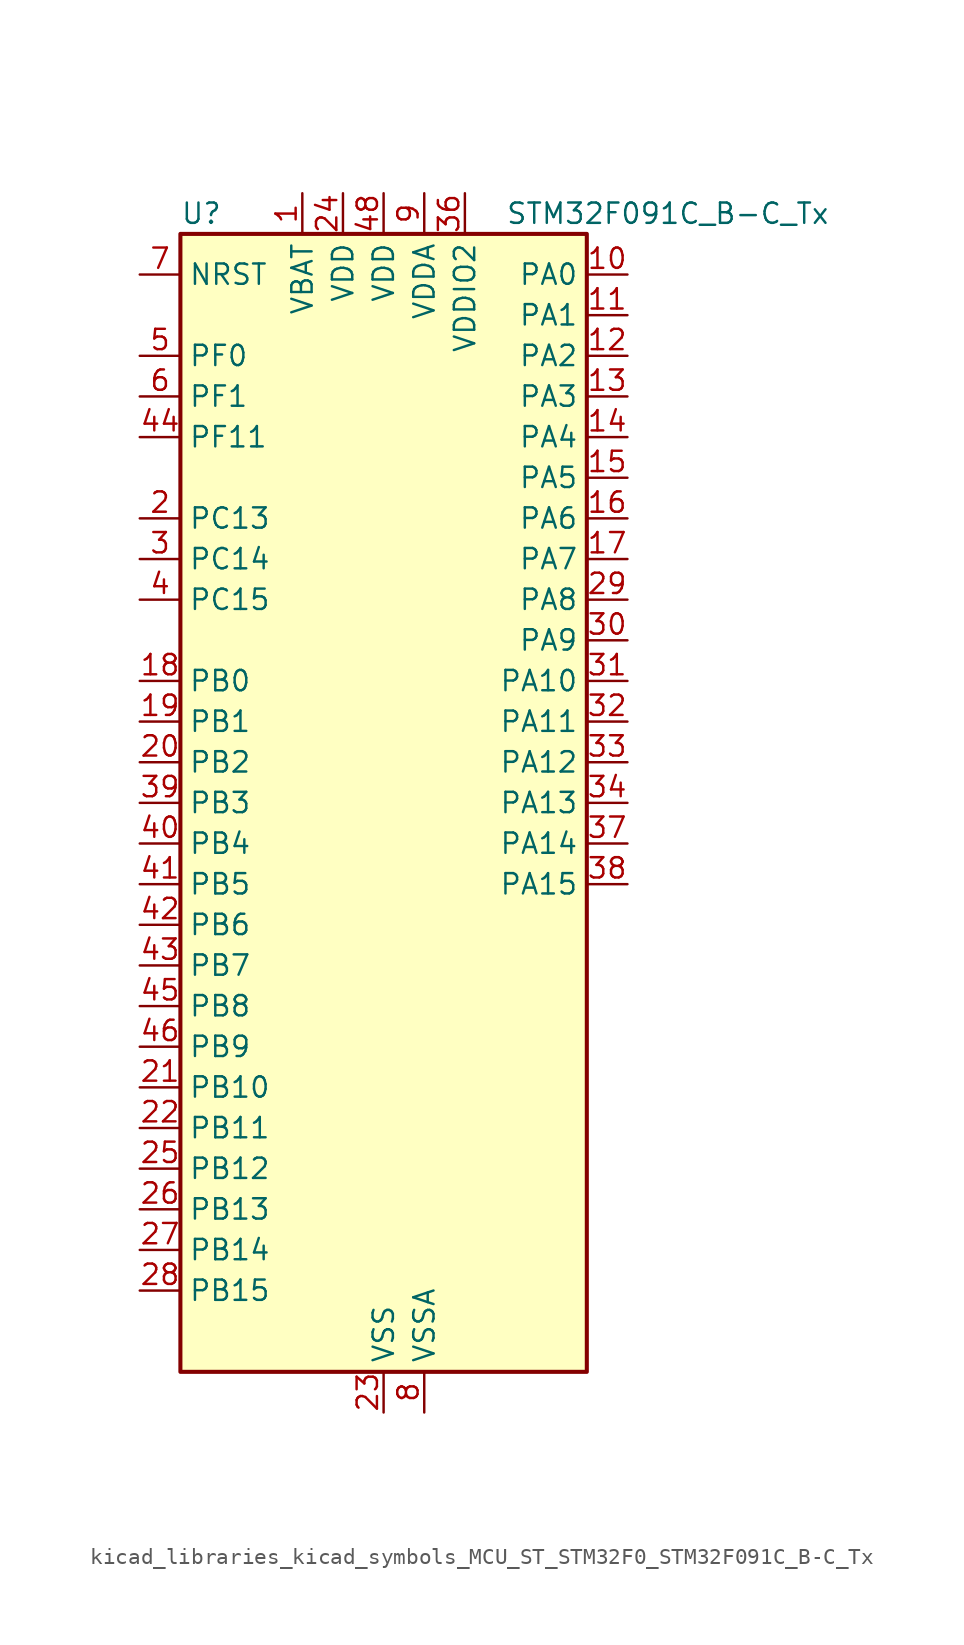
<source format=kicad_sym>
(kicad_symbol_lib
  (version 20220914)
  (generator kicad_symbol_editor)
  (symbol "kicad_libraries_kicad_symbols_MCU_ST_STM32F0_STM32F091C_B-C_Tx"
    (property "Reference" "U"
      (at -12.7 36.83 0)
      (effects (font (size 1.27 1.27)) (justify left)))
    (property "Value" "STM32F091C_B-C_Tx"
      (at 7.62 36.83 0)
      (effects (font (size 1.27 1.27)) (justify left)))
    (property "ki_locked" ""
      (at 0 0 0)
      (effects (font (size 1.27 1.27))))
    (symbol "kicad_libraries_kicad_symbols_MCU_ST_STM32F0_STM32F091C_B-C_Tx_0_1"
      (rectangle (start -12.7 -35.56) (end 12.7 35.56) (stroke (width 0.254) (type default)) (fill (type background))))
    (symbol "kicad_libraries_kicad_symbols_MCU_ST_STM32F0_STM32F091C_B-C_Tx_1_1"
      (pin power_in line (at -5.08 38.1 270) (length 2.54) (name "VBAT" (effects (font (size 1.27 1.27)))) (number "1" (effects (font (size 1.27 1.27)))))
      (pin bidirectional line (at 15.24 33.02 180) (length 2.54) (name "PA0" (effects (font (size 1.27 1.27)))) (number "10" (effects (font (size 1.27 1.27)))) (alternate "ADC_IN0" bidirectional line) (alternate "COMP1_INM" bidirectional line) (alternate "COMP1_OUT" bidirectional line) (alternate "RTC_TAMP2" bidirectional line) (alternate "SYS_WKUP1" bidirectional line) (alternate "TIM2_CH1" bidirectional line) (alternate "TIM2_ETR" bidirectional line) (alternate "TSC_G1_IO1" bidirectional line) (alternate "USART2_CTS" bidirectional line) (alternate "USART4_TX" bidirectional line))
      (pin bidirectional line (at 15.24 30.48 180) (length 2.54) (name "PA1" (effects (font (size 1.27 1.27)))) (number "11" (effects (font (size 1.27 1.27)))) (alternate "ADC_IN1" bidirectional line) (alternate "COMP1_INP" bidirectional line) (alternate "TIM15_CH1N" bidirectional line) (alternate "TIM2_CH2" bidirectional line) (alternate "TSC_G1_IO2" bidirectional line) (alternate "USART2_DE" bidirectional line) (alternate "USART2_RTS" bidirectional line) (alternate "USART4_RX" bidirectional line))
      (pin bidirectional line (at 15.24 27.94 180) (length 2.54) (name "PA2" (effects (font (size 1.27 1.27)))) (number "12" (effects (font (size 1.27 1.27)))) (alternate "ADC_IN2" bidirectional line) (alternate "COMP2_INM" bidirectional line) (alternate "COMP2_OUT" bidirectional line) (alternate "SYS_WKUP4" bidirectional line) (alternate "TIM15_CH1" bidirectional line) (alternate "TIM2_CH3" bidirectional line) (alternate "TSC_G1_IO3" bidirectional line) (alternate "USART2_TX" bidirectional line))
      (pin bidirectional line (at 15.24 25.4 180) (length 2.54) (name "PA3" (effects (font (size 1.27 1.27)))) (number "13" (effects (font (size 1.27 1.27)))) (alternate "ADC_IN3" bidirectional line) (alternate "COMP2_INP" bidirectional line) (alternate "TIM15_CH2" bidirectional line) (alternate "TIM2_CH4" bidirectional line) (alternate "TSC_G1_IO4" bidirectional line) (alternate "USART2_RX" bidirectional line))
      (pin bidirectional line (at 15.24 22.86 180) (length 2.54) (name "PA4" (effects (font (size 1.27 1.27)))) (number "14" (effects (font (size 1.27 1.27)))) (alternate "ADC_IN4" bidirectional line) (alternate "COMP1_INM" bidirectional line) (alternate "COMP2_INM" bidirectional line) (alternate "DAC_OUT1" bidirectional line) (alternate "I2S1_WS" bidirectional line) (alternate "SPI1_NSS" bidirectional line) (alternate "TIM14_CH1" bidirectional line) (alternate "TSC_G2_IO1" bidirectional line) (alternate "USART2_CK" bidirectional line) (alternate "USART6_TX" bidirectional line))
      (pin bidirectional line (at 15.24 20.32 180) (length 2.54) (name "PA5" (effects (font (size 1.27 1.27)))) (number "15" (effects (font (size 1.27 1.27)))) (alternate "ADC_IN5" bidirectional line) (alternate "CEC" bidirectional line) (alternate "COMP1_INM" bidirectional line) (alternate "COMP2_INM" bidirectional line) (alternate "DAC_OUT2" bidirectional line) (alternate "I2S1_CK" bidirectional line) (alternate "SPI1_SCK" bidirectional line) (alternate "TIM2_CH1" bidirectional line) (alternate "TIM2_ETR" bidirectional line) (alternate "TSC_G2_IO2" bidirectional line) (alternate "USART6_RX" bidirectional line))
      (pin bidirectional line (at 15.24 17.78 180) (length 2.54) (name "PA6" (effects (font (size 1.27 1.27)))) (number "16" (effects (font (size 1.27 1.27)))) (alternate "ADC_IN6" bidirectional line) (alternate "COMP1_OUT" bidirectional line) (alternate "I2S1_MCK" bidirectional line) (alternate "SPI1_MISO" bidirectional line) (alternate "TIM16_CH1" bidirectional line) (alternate "TIM1_BKIN" bidirectional line) (alternate "TIM3_CH1" bidirectional line) (alternate "TSC_G2_IO3" bidirectional line) (alternate "USART3_CTS" bidirectional line))
      (pin bidirectional line (at 15.24 15.24 180) (length 2.54) (name "PA7" (effects (font (size 1.27 1.27)))) (number "17" (effects (font (size 1.27 1.27)))) (alternate "ADC_IN7" bidirectional line) (alternate "COMP2_OUT" bidirectional line) (alternate "I2S1_SD" bidirectional line) (alternate "SPI1_MOSI" bidirectional line) (alternate "TIM14_CH1" bidirectional line) (alternate "TIM17_CH1" bidirectional line) (alternate "TIM1_CH1N" bidirectional line) (alternate "TIM3_CH2" bidirectional line) (alternate "TSC_G2_IO4" bidirectional line))
      (pin bidirectional line (at -15.24 7.62 0) (length 2.54) (name "PB0" (effects (font (size 1.27 1.27)))) (number "18" (effects (font (size 1.27 1.27)))) (alternate "ADC_IN8" bidirectional line) (alternate "TIM1_CH2N" bidirectional line) (alternate "TIM3_CH3" bidirectional line) (alternate "TSC_G3_IO2" bidirectional line) (alternate "USART3_CK" bidirectional line))
      (pin bidirectional line (at -15.24 5.08 0) (length 2.54) (name "PB1" (effects (font (size 1.27 1.27)))) (number "19" (effects (font (size 1.27 1.27)))) (alternate "ADC_IN9" bidirectional line) (alternate "TIM14_CH1" bidirectional line) (alternate "TIM1_CH3N" bidirectional line) (alternate "TIM3_CH4" bidirectional line) (alternate "TSC_G3_IO3" bidirectional line) (alternate "USART3_DE" bidirectional line) (alternate "USART3_RTS" bidirectional line))
      (pin bidirectional line (at -15.24 17.78 0) (length 2.54) (name "PC13" (effects (font (size 1.27 1.27)))) (number "2" (effects (font (size 1.27 1.27)))) (alternate "RTC_OUT_ALARM" bidirectional line) (alternate "RTC_OUT_CALIB" bidirectional line) (alternate "RTC_TAMP1" bidirectional line) (alternate "RTC_TS" bidirectional line) (alternate "SYS_WKUP2" bidirectional line))
      (pin bidirectional line (at -15.24 2.54 0) (length 2.54) (name "PB2" (effects (font (size 1.27 1.27)))) (number "20" (effects (font (size 1.27 1.27)))) (alternate "TSC_G3_IO4" bidirectional line))
      (pin bidirectional line (at -15.24 -17.78 0) (length 2.54) (name "PB10" (effects (font (size 1.27 1.27)))) (number "21" (effects (font (size 1.27 1.27)))) (alternate "CEC" bidirectional line) (alternate "I2C2_SCL" bidirectional line) (alternate "I2S2_CK" bidirectional line) (alternate "SPI2_SCK" bidirectional line) (alternate "TIM2_CH3" bidirectional line) (alternate "TSC_SYNC" bidirectional line) (alternate "USART3_TX" bidirectional line))
      (pin bidirectional line (at -15.24 -20.32 0) (length 2.54) (name "PB11" (effects (font (size 1.27 1.27)))) (number "22" (effects (font (size 1.27 1.27)))) (alternate "I2C2_SDA" bidirectional line) (alternate "TIM2_CH4" bidirectional line) (alternate "TSC_G6_IO1" bidirectional line) (alternate "USART3_RX" bidirectional line))
      (pin power_in line (at 0 -38.1 90) (length 2.54) (name "VSS" (effects (font (size 1.27 1.27)))) (number "23" (effects (font (size 1.27 1.27)))))
      (pin power_in line (at -2.54 38.1 270) (length 2.54) (name "VDD" (effects (font (size 1.27 1.27)))) (number "24" (effects (font (size 1.27 1.27)))))
      (pin bidirectional line (at -15.24 -22.86 0) (length 2.54) (name "PB12" (effects (font (size 1.27 1.27)))) (number "25" (effects (font (size 1.27 1.27)))) (alternate "I2S2_WS" bidirectional line) (alternate "SPI2_NSS" bidirectional line) (alternate "TIM15_BKIN" bidirectional line) (alternate "TIM1_BKIN" bidirectional line) (alternate "TSC_G6_IO2" bidirectional line) (alternate "USART3_CK" bidirectional line))
      (pin bidirectional line (at -15.24 -25.4 0) (length 2.54) (name "PB13" (effects (font (size 1.27 1.27)))) (number "26" (effects (font (size 1.27 1.27)))) (alternate "I2C2_SCL" bidirectional line) (alternate "I2S2_CK" bidirectional line) (alternate "SPI2_SCK" bidirectional line) (alternate "TIM1_CH1N" bidirectional line) (alternate "TSC_G6_IO3" bidirectional line) (alternate "USART3_CTS" bidirectional line))
      (pin bidirectional line (at -15.24 -27.94 0) (length 2.54) (name "PB14" (effects (font (size 1.27 1.27)))) (number "27" (effects (font (size 1.27 1.27)))) (alternate "I2C2_SDA" bidirectional line) (alternate "I2S2_MCK" bidirectional line) (alternate "SPI2_MISO" bidirectional line) (alternate "TIM15_CH1" bidirectional line) (alternate "TIM1_CH2N" bidirectional line) (alternate "TSC_G6_IO4" bidirectional line) (alternate "USART3_DE" bidirectional line) (alternate "USART3_RTS" bidirectional line))
      (pin bidirectional line (at -15.24 -30.48 0) (length 2.54) (name "PB15" (effects (font (size 1.27 1.27)))) (number "28" (effects (font (size 1.27 1.27)))) (alternate "I2S2_SD" bidirectional line) (alternate "RTC_REFIN" bidirectional line) (alternate "SPI2_MOSI" bidirectional line) (alternate "SYS_WKUP7" bidirectional line) (alternate "TIM15_CH1N" bidirectional line) (alternate "TIM15_CH2" bidirectional line) (alternate "TIM1_CH3N" bidirectional line))
      (pin bidirectional line (at 15.24 12.7 180) (length 2.54) (name "PA8" (effects (font (size 1.27 1.27)))) (number "29" (effects (font (size 1.27 1.27)))) (alternate "CRS_SYNC" bidirectional line) (alternate "RCC_MCO" bidirectional line) (alternate "TIM1_CH1" bidirectional line) (alternate "USART1_CK" bidirectional line))
      (pin bidirectional line (at -15.24 15.24 0) (length 2.54) (name "PC14" (effects (font (size 1.27 1.27)))) (number "3" (effects (font (size 1.27 1.27)))) (alternate "RCC_OSC32_IN" bidirectional line))
      (pin bidirectional line (at 15.24 10.16 180) (length 2.54) (name "PA9" (effects (font (size 1.27 1.27)))) (number "30" (effects (font (size 1.27 1.27)))) (alternate "DAC_EXTI9" bidirectional line) (alternate "I2C1_SCL" bidirectional line) (alternate "RCC_MCO" bidirectional line) (alternate "TIM15_BKIN" bidirectional line) (alternate "TIM1_CH2" bidirectional line) (alternate "TSC_G4_IO1" bidirectional line) (alternate "USART1_TX" bidirectional line))
      (pin bidirectional line (at 15.24 7.62 180) (length 2.54) (name "PA10" (effects (font (size 1.27 1.27)))) (number "31" (effects (font (size 1.27 1.27)))) (alternate "I2C1_SDA" bidirectional line) (alternate "TIM17_BKIN" bidirectional line) (alternate "TIM1_CH3" bidirectional line) (alternate "TSC_G4_IO2" bidirectional line) (alternate "USART1_RX" bidirectional line))
      (pin bidirectional line (at 15.24 5.08 180) (length 2.54) (name "PA11" (effects (font (size 1.27 1.27)))) (number "32" (effects (font (size 1.27 1.27)))) (alternate "CAN_RX" bidirectional line) (alternate "COMP1_OUT" bidirectional line) (alternate "I2C2_SCL" bidirectional line) (alternate "TIM1_CH4" bidirectional line) (alternate "TSC_G4_IO3" bidirectional line) (alternate "USART1_CTS" bidirectional line))
      (pin bidirectional line (at 15.24 2.54 180) (length 2.54) (name "PA12" (effects (font (size 1.27 1.27)))) (number "33" (effects (font (size 1.27 1.27)))) (alternate "CAN_TX" bidirectional line) (alternate "COMP2_OUT" bidirectional line) (alternate "I2C2_SDA" bidirectional line) (alternate "TIM1_ETR" bidirectional line) (alternate "TSC_G4_IO4" bidirectional line) (alternate "USART1_DE" bidirectional line) (alternate "USART1_RTS" bidirectional line))
      (pin bidirectional line (at 15.24 0 180) (length 2.54) (name "PA13" (effects (font (size 1.27 1.27)))) (number "34" (effects (font (size 1.27 1.27)))) (alternate "IR_OUT" bidirectional line) (alternate "SYS_SWDIO" bidirectional line))
      (pin passive line (at 0 -38.1 90) (length 2.54) hide (name "VSS" (effects (font (size 1.27 1.27)))) (number "35" (effects (font (size 1.27 1.27)))))
      (pin power_in line (at 5.08 38.1 270) (length 2.54) (name "VDDIO2" (effects (font (size 1.27 1.27)))) (number "36" (effects (font (size 1.27 1.27)))))
      (pin bidirectional line (at 15.24 -2.54 180) (length 2.54) (name "PA14" (effects (font (size 1.27 1.27)))) (number "37" (effects (font (size 1.27 1.27)))) (alternate "SYS_SWCLK" bidirectional line) (alternate "USART2_TX" bidirectional line))
      (pin bidirectional line (at 15.24 -5.08 180) (length 2.54) (name "PA15" (effects (font (size 1.27 1.27)))) (number "38" (effects (font (size 1.27 1.27)))) (alternate "I2S1_WS" bidirectional line) (alternate "SPI1_NSS" bidirectional line) (alternate "TIM2_CH1" bidirectional line) (alternate "TIM2_ETR" bidirectional line) (alternate "USART2_RX" bidirectional line) (alternate "USART4_DE" bidirectional line) (alternate "USART4_RTS" bidirectional line))
      (pin bidirectional line (at -15.24 0 0) (length 2.54) (name "PB3" (effects (font (size 1.27 1.27)))) (number "39" (effects (font (size 1.27 1.27)))) (alternate "I2S1_CK" bidirectional line) (alternate "SPI1_SCK" bidirectional line) (alternate "TIM2_CH2" bidirectional line) (alternate "TSC_G5_IO1" bidirectional line) (alternate "USART5_TX" bidirectional line))
      (pin bidirectional line (at -15.24 12.7 0) (length 2.54) (name "PC15" (effects (font (size 1.27 1.27)))) (number "4" (effects (font (size 1.27 1.27)))) (alternate "RCC_OSC32_OUT" bidirectional line))
      (pin bidirectional line (at -15.24 -2.54 0) (length 2.54) (name "PB4" (effects (font (size 1.27 1.27)))) (number "40" (effects (font (size 1.27 1.27)))) (alternate "I2S1_MCK" bidirectional line) (alternate "SPI1_MISO" bidirectional line) (alternate "TIM17_BKIN" bidirectional line) (alternate "TIM3_CH1" bidirectional line) (alternate "TSC_G5_IO2" bidirectional line) (alternate "USART5_RX" bidirectional line))
      (pin bidirectional line (at -15.24 -5.08 0) (length 2.54) (name "PB5" (effects (font (size 1.27 1.27)))) (number "41" (effects (font (size 1.27 1.27)))) (alternate "I2C1_SMBA" bidirectional line) (alternate "I2S1_SD" bidirectional line) (alternate "SPI1_MOSI" bidirectional line) (alternate "SYS_WKUP6" bidirectional line) (alternate "TIM16_BKIN" bidirectional line) (alternate "TIM3_CH2" bidirectional line) (alternate "USART5_CK" bidirectional line) (alternate "USART5_DE" bidirectional line) (alternate "USART5_RTS" bidirectional line))
      (pin bidirectional line (at -15.24 -7.62 0) (length 2.54) (name "PB6" (effects (font (size 1.27 1.27)))) (number "42" (effects (font (size 1.27 1.27)))) (alternate "I2C1_SCL" bidirectional line) (alternate "TIM16_CH1N" bidirectional line) (alternate "TSC_G5_IO3" bidirectional line) (alternate "USART1_TX" bidirectional line))
      (pin bidirectional line (at -15.24 -10.16 0) (length 2.54) (name "PB7" (effects (font (size 1.27 1.27)))) (number "43" (effects (font (size 1.27 1.27)))) (alternate "I2C1_SDA" bidirectional line) (alternate "TIM17_CH1N" bidirectional line) (alternate "TSC_G5_IO4" bidirectional line) (alternate "USART1_RX" bidirectional line) (alternate "USART4_CTS" bidirectional line))
      (pin bidirectional line (at -15.24 22.86 0) (length 2.54) (name "PF11" (effects (font (size 1.27 1.27)))) (number "44" (effects (font (size 1.27 1.27)))))
      (pin bidirectional line (at -15.24 -12.7 0) (length 2.54) (name "PB8" (effects (font (size 1.27 1.27)))) (number "45" (effects (font (size 1.27 1.27)))) (alternate "CAN_RX" bidirectional line) (alternate "CEC" bidirectional line) (alternate "I2C1_SCL" bidirectional line) (alternate "TIM16_CH1" bidirectional line) (alternate "TSC_SYNC" bidirectional line))
      (pin bidirectional line (at -15.24 -15.24 0) (length 2.54) (name "PB9" (effects (font (size 1.27 1.27)))) (number "46" (effects (font (size 1.27 1.27)))) (alternate "CAN_TX" bidirectional line) (alternate "DAC_EXTI9" bidirectional line) (alternate "I2C1_SDA" bidirectional line) (alternate "I2S2_WS" bidirectional line) (alternate "IR_OUT" bidirectional line) (alternate "SPI2_NSS" bidirectional line) (alternate "TIM17_CH1" bidirectional line))
      (pin passive line (at 0 -38.1 90) (length 2.54) hide (name "VSS" (effects (font (size 1.27 1.27)))) (number "47" (effects (font (size 1.27 1.27)))))
      (pin power_in line (at 0 38.1 270) (length 2.54) (name "VDD" (effects (font (size 1.27 1.27)))) (number "48" (effects (font (size 1.27 1.27)))))
      (pin bidirectional line (at -15.24 27.94 0) (length 2.54) (name "PF0" (effects (font (size 1.27 1.27)))) (number "5" (effects (font (size 1.27 1.27)))) (alternate "CRS_SYNC" bidirectional line) (alternate "I2C1_SDA" bidirectional line) (alternate "RCC_OSC_IN" bidirectional line))
      (pin bidirectional line (at -15.24 25.4 0) (length 2.54) (name "PF1" (effects (font (size 1.27 1.27)))) (number "6" (effects (font (size 1.27 1.27)))) (alternate "I2C1_SCL" bidirectional line) (alternate "RCC_OSC_OUT" bidirectional line))
      (pin input line (at -15.24 33.02 0) (length 2.54) (name "NRST" (effects (font (size 1.27 1.27)))) (number "7" (effects (font (size 1.27 1.27)))))
      (pin power_in line (at 2.54 -38.1 90) (length 2.54) (name "VSSA" (effects (font (size 1.27 1.27)))) (number "8" (effects (font (size 1.27 1.27)))))
      (pin power_in line (at 2.54 38.1 270) (length 2.54) (name "VDDA" (effects (font (size 1.27 1.27)))) (number "9" (effects (font (size 1.27 1.27))))))))
</source>
